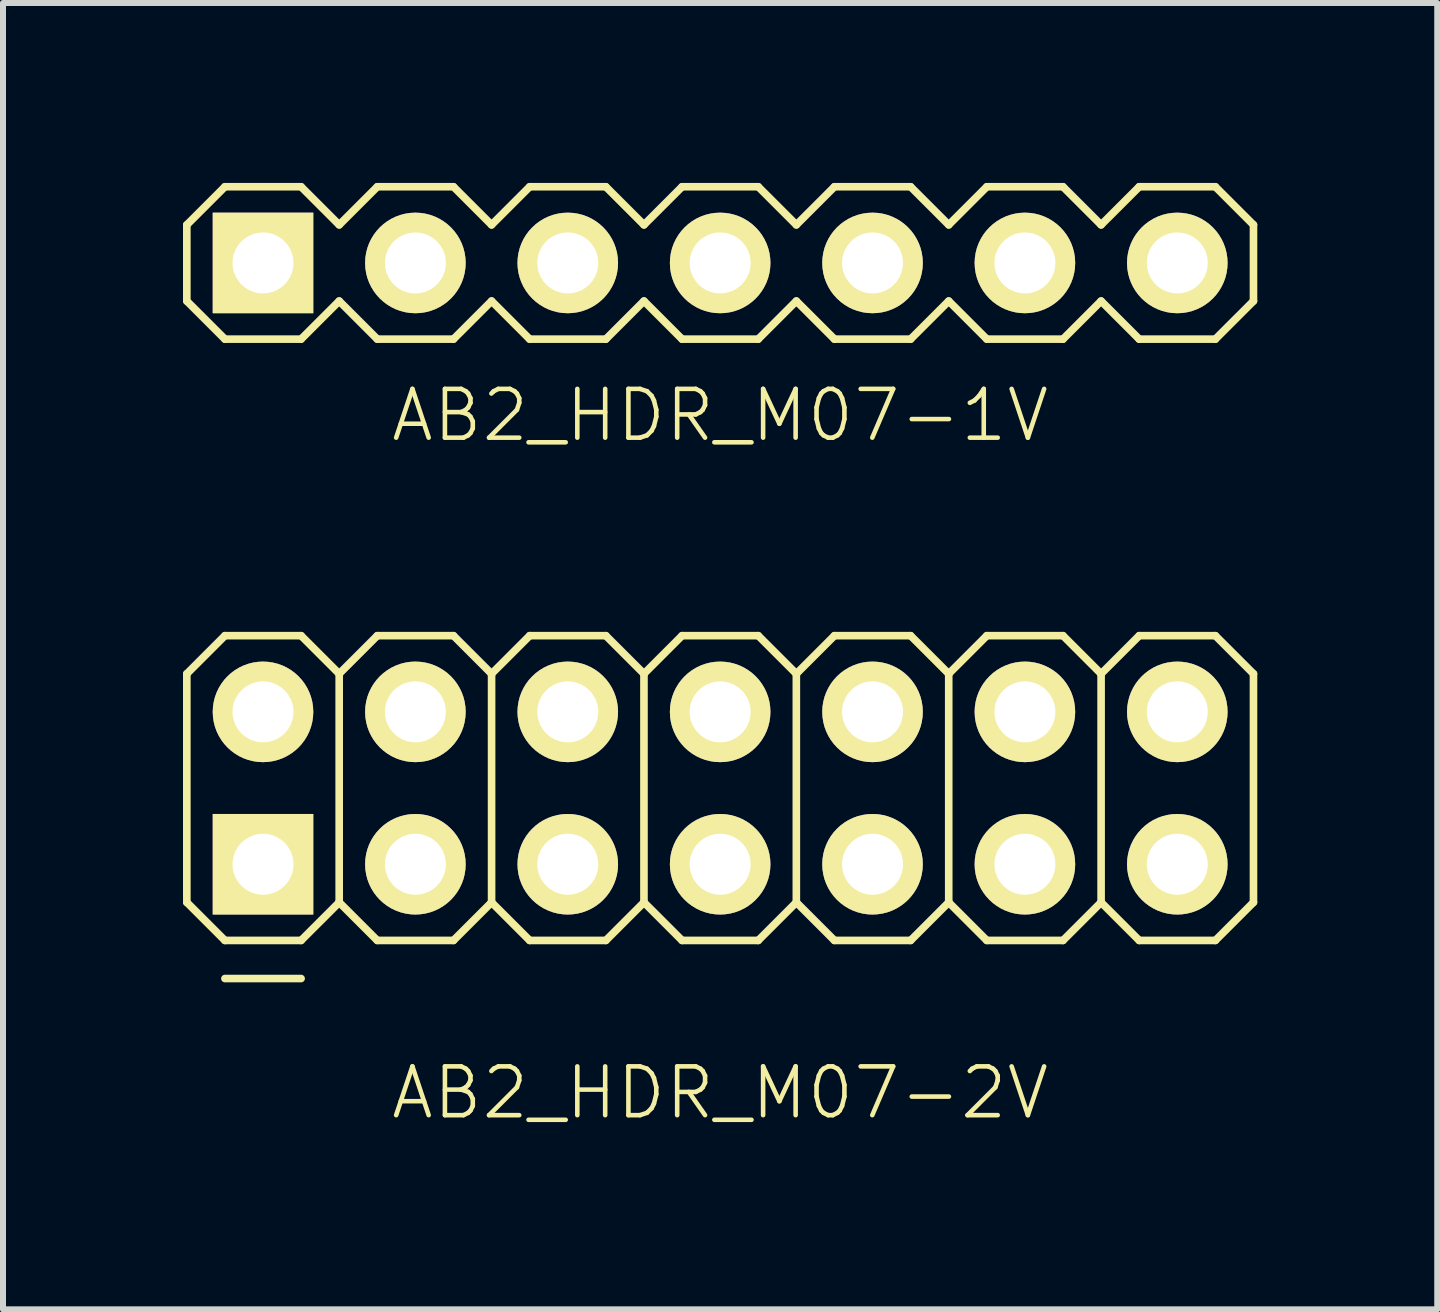
<source format=kicad_pcb>
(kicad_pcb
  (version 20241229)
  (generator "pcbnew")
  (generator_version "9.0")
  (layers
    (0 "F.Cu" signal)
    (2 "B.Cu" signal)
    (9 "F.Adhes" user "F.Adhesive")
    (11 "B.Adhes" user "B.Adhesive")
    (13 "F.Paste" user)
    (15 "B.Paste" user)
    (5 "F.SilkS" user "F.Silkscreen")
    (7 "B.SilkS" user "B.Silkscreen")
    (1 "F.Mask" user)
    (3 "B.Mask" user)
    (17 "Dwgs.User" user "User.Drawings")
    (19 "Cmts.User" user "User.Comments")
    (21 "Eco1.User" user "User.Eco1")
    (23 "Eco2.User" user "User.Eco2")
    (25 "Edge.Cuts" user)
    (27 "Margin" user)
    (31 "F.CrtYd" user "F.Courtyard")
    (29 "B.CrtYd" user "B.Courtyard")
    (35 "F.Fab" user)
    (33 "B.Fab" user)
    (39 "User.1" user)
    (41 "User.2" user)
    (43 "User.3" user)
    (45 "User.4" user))
  (footprint "AB2_HDR_M07-2V"
    (layer "F.Cu")
    (at 8.954 10.086)
    (property "Reference" "AB2_HDR_M07-2V" (at 0 5.08 0) (layer "F.SilkS") (effects (font (size 0.813 0.813) (thickness 0.076))))
    (attr through_hole)
    (fp_line (start -8.89 -1.905) (end -8.255 -2.54) (stroke (width 0.127) (type solid)) (layer "F.SilkS"))
    (fp_line (start -8.89 1.905) (end -8.89 -1.905) (stroke (width 0.127) (type solid)) (layer "F.SilkS"))
    (fp_line (start -8.255 -2.54) (end -6.985 -2.54) (stroke (width 0.127) (type solid)) (layer "F.SilkS"))
    (fp_line (start -8.255 2.54) (end -8.89 1.905) (stroke (width 0.127) (type solid)) (layer "F.SilkS"))
    (fp_line (start -8.255 3.175) (end -6.985 3.175) (stroke (width 0.127) (type solid)) (layer "F.SilkS"))
    (fp_line (start -6.985 -2.54) (end -6.35 -1.905) (stroke (width 0.127) (type solid)) (layer "F.SilkS"))
    (fp_line (start -6.985 2.54) (end -8.255 2.54) (stroke (width 0.127) (type solid)) (layer "F.SilkS"))
    (fp_line (start -6.35 -1.905) (end -6.35 1.905) (stroke (width 0.127) (type solid)) (layer "F.SilkS"))
    (fp_line (start -6.35 -1.905) (end -5.715 -2.54) (stroke (width 0.127) (type solid)) (layer "F.SilkS"))
    (fp_line (start -6.35 1.905) (end -6.985 2.54) (stroke (width 0.127) (type solid)) (layer "F.SilkS"))
    (fp_line (start -5.715 -2.54) (end -4.445 -2.54) (stroke (width 0.127) (type solid)) (layer "F.SilkS"))
    (fp_line (start -5.715 2.54) (end -6.35 1.905) (stroke (width 0.127) (type solid)) (layer "F.SilkS"))
    (fp_line (start -4.445 -2.54) (end -3.81 -1.905) (stroke (width 0.127) (type solid)) (layer "F.SilkS"))
    (fp_line (start -4.445 2.54) (end -5.715 2.54) (stroke (width 0.127) (type solid)) (layer "F.SilkS"))
    (fp_line (start -3.81 -1.905) (end -3.81 1.905) (stroke (width 0.127) (type solid)) (layer "F.SilkS"))
    (fp_line (start -3.81 -1.905) (end -3.175 -2.54) (stroke (width 0.127) (type solid)) (layer "F.SilkS"))
    (fp_line (start -3.81 1.905) (end -4.445 2.54) (stroke (width 0.127) (type solid)) (layer "F.SilkS"))
    (fp_line (start -3.175 -2.54) (end -1.905 -2.54) (stroke (width 0.127) (type solid)) (layer "F.SilkS"))
    (fp_line (start -3.175 2.54) (end -3.81 1.905) (stroke (width 0.127) (type solid)) (layer "F.SilkS"))
    (fp_line (start -1.905 -2.54) (end -1.27 -1.905) (stroke (width 0.127) (type solid)) (layer "F.SilkS"))
    (fp_line (start -1.905 2.54) (end -3.175 2.54) (stroke (width 0.127) (type solid)) (layer "F.SilkS"))
    (fp_line (start -1.27 -1.905) (end -1.27 1.905) (stroke (width 0.127) (type solid)) (layer "F.SilkS"))
    (fp_line (start -1.27 -1.905) (end -0.635 -2.54) (stroke (width 0.127) (type solid)) (layer "F.SilkS"))
    (fp_line (start -1.27 1.905) (end -1.905 2.54) (stroke (width 0.127) (type solid)) (layer "F.SilkS"))
    (fp_line (start -0.635 -2.54) (end 0.635 -2.54) (stroke (width 0.127) (type solid)) (layer "F.SilkS"))
    (fp_line (start -0.635 2.54) (end -1.27 1.905) (stroke (width 0.127) (type solid)) (layer "F.SilkS"))
    (fp_line (start 0.635 -2.54) (end 1.27 -1.905) (stroke (width 0.127) (type solid)) (layer "F.SilkS"))
    (fp_line (start 0.635 2.54) (end -0.635 2.54) (stroke (width 0.127) (type solid)) (layer "F.SilkS"))
    (fp_line (start 1.27 -1.905) (end 1.27 1.905) (stroke (width 0.127) (type solid)) (layer "F.SilkS"))
    (fp_line (start 1.27 -1.905) (end 1.905 -2.54) (stroke (width 0.127) (type solid)) (layer "F.SilkS"))
    (fp_line (start 1.27 1.905) (end 0.635 2.54) (stroke (width 0.127) (type solid)) (layer "F.SilkS"))
    (fp_line (start 1.905 -2.54) (end 3.175 -2.54) (stroke (width 0.127) (type solid)) (layer "F.SilkS"))
    (fp_line (start 1.905 2.54) (end 1.27 1.905) (stroke (width 0.127) (type solid)) (layer "F.SilkS"))
    (fp_line (start 3.175 -2.54) (end 3.81 -1.905) (stroke (width 0.127) (type solid)) (layer "F.SilkS"))
    (fp_line (start 3.175 2.54) (end 1.905 2.54) (stroke (width 0.127) (type solid)) (layer "F.SilkS"))
    (fp_line (start 3.81 -1.905) (end 3.81 1.905) (stroke (width 0.127) (type solid)) (layer "F.SilkS"))
    (fp_line (start 3.81 -1.905) (end 4.445 -2.54) (stroke (width 0.127) (type solid)) (layer "F.SilkS"))
    (fp_line (start 3.81 1.905) (end 3.175 2.54) (stroke (width 0.127) (type solid)) (layer "F.SilkS"))
    (fp_line (start 4.445 -2.54) (end 5.715 -2.54) (stroke (width 0.127) (type solid)) (layer "F.SilkS"))
    (fp_line (start 4.445 2.54) (end 3.81 1.905) (stroke (width 0.127) (type solid)) (layer "F.SilkS"))
    (fp_line (start 5.715 -2.54) (end 6.35 -1.905) (stroke (width 0.127) (type solid)) (layer "F.SilkS"))
    (fp_line (start 5.715 2.54) (end 4.445 2.54) (stroke (width 0.127) (type solid)) (layer "F.SilkS"))
    (fp_line (start 6.35 -1.905) (end 6.35 1.905) (stroke (width 0.127) (type solid)) (layer "F.SilkS"))
    (fp_line (start 6.35 -1.905) (end 6.985 -2.54) (stroke (width 0.127) (type solid)) (layer "F.SilkS"))
    (fp_line (start 6.35 1.905) (end 5.715 2.54) (stroke (width 0.127) (type solid)) (layer "F.SilkS"))
    (fp_line (start 6.985 -2.54) (end 8.255 -2.54) (stroke (width 0.127) (type solid)) (layer "F.SilkS"))
    (fp_line (start 6.985 2.54) (end 6.35 1.905) (stroke (width 0.127) (type solid)) (layer "F.SilkS"))
    (fp_line (start 8.255 -2.54) (end 8.89 -1.905) (stroke (width 0.127) (type solid)) (layer "F.SilkS"))
    (fp_line (start 8.255 2.54) (end 6.985 2.54) (stroke (width 0.127) (type solid)) (layer "F.SilkS"))
    (fp_line (start 8.89 -1.905) (end 8.89 1.905) (stroke (width 0.127) (type solid)) (layer "F.SilkS"))
    (fp_line (start 8.89 1.905) (end 8.255 2.54) (stroke (width 0.127) (type solid)) (layer "F.SilkS"))
    (pad "1" thru_hole rect (at -7.62 1.27) (size 1.676 1.676) (drill 1.016) (layers "*.Cu" "*.Mask" "F.SilkS"))
    (pad "2" thru_hole circle (at -7.62 -1.27) (size 1.676 1.676) (drill 1.016) (layers "*.Cu" "*.Mask" "F.SilkS"))
    (pad "3" thru_hole circle (at -5.08 1.27) (size 1.676 1.676) (drill 1.016) (layers "*.Cu" "*.Mask" "F.SilkS"))
    (pad "4" thru_hole circle (at -5.08 -1.27) (size 1.676 1.676) (drill 1.016) (layers "*.Cu" "*.Mask" "F.SilkS"))
    (pad "5" thru_hole circle (at -2.54 1.27) (size 1.676 1.676) (drill 1.016) (layers "*.Cu" "*.Mask" "F.SilkS"))
    (pad "6" thru_hole circle (at -2.54 -1.27) (size 1.676 1.676) (drill 1.016) (layers "*.Cu" "*.Mask" "F.SilkS"))
    (pad "7" thru_hole circle (at 0 1.27) (size 1.676 1.676) (drill 1.016) (layers "*.Cu" "*.Mask" "F.SilkS"))
    (pad "8" thru_hole circle (at 0 -1.27) (size 1.676 1.676) (drill 1.016) (layers "*.Cu" "*.Mask" "F.SilkS"))
    (pad "9" thru_hole circle (at 2.54 1.27) (size 1.676 1.676) (drill 1.016) (layers "*.Cu" "*.Mask" "F.SilkS"))
    (pad "10" thru_hole circle (at 2.54 -1.27) (size 1.676 1.676) (drill 1.016) (layers "*.Cu" "*.Mask" "F.SilkS"))
    (pad "11" thru_hole circle (at 5.08 1.27) (size 1.676 1.676) (drill 1.016) (layers "*.Cu" "*.Mask" "F.SilkS"))
    (pad "12" thru_hole circle (at 5.08 -1.27) (size 1.676 1.676) (drill 1.016) (layers "*.Cu" "*.Mask" "F.SilkS"))
    (pad "13" thru_hole circle (at 7.62 1.27) (size 1.676 1.676) (drill 1.016) (layers "*.Cu" "*.Mask" "F.SilkS"))
    (pad "14" thru_hole circle (at 7.62 -1.27) (size 1.676 1.676) (drill 1.016) (layers "*.Cu" "*.Mask" "F.SilkS")))
  (footprint "AB2_HDR_M07-1V"
    (layer "F.Cu")
    (at 8.954 1.333)
    (property "Reference" "AB2_HDR_M07-1V" (at 0 2.54 0) (layer "F.SilkS") (effects (font (size 0.813 0.813) (thickness 0.076))))
    (attr through_hole)
    (fp_line (start -8.89 -0.635) (end -8.255 -1.27) (stroke (width 0.127) (type solid)) (layer "F.SilkS"))
    (fp_line (start -8.89 0.635) (end -8.89 -0.635) (stroke (width 0.127) (type solid)) (layer "F.SilkS"))
    (fp_line (start -8.255 -1.27) (end -6.985 -1.27) (stroke (width 0.127) (type solid)) (layer "F.SilkS"))
    (fp_line (start -8.255 1.27) (end -8.89 0.635) (stroke (width 0.127) (type solid)) (layer "F.SilkS"))
    (fp_line (start -6.985 -1.27) (end -6.35 -0.635) (stroke (width 0.127) (type solid)) (layer "F.SilkS"))
    (fp_line (start -6.985 1.27) (end -8.255 1.27) (stroke (width 0.127) (type solid)) (layer "F.SilkS"))
    (fp_line (start -6.35 -0.635) (end -5.715 -1.27) (stroke (width 0.127) (type solid)) (layer "F.SilkS"))
    (fp_line (start -6.35 0.635) (end -6.985 1.27) (stroke (width 0.127) (type solid)) (layer "F.SilkS"))
    (fp_line (start -5.715 -1.27) (end -4.445 -1.27) (stroke (width 0.127) (type solid)) (layer "F.SilkS"))
    (fp_line (start -5.715 1.27) (end -6.35 0.635) (stroke (width 0.127) (type solid)) (layer "F.SilkS"))
    (fp_line (start -4.445 -1.27) (end -3.81 -0.635) (stroke (width 0.127) (type solid)) (layer "F.SilkS"))
    (fp_line (start -4.445 1.27) (end -5.715 1.27) (stroke (width 0.127) (type solid)) (layer "F.SilkS"))
    (fp_line (start -3.81 -0.635) (end -3.175 -1.27) (stroke (width 0.127) (type solid)) (layer "F.SilkS"))
    (fp_line (start -3.81 0.635) (end -4.445 1.27) (stroke (width 0.127) (type solid)) (layer "F.SilkS"))
    (fp_line (start -3.175 -1.27) (end -1.905 -1.27) (stroke (width 0.127) (type solid)) (layer "F.SilkS"))
    (fp_line (start -3.175 1.27) (end -3.81 0.635) (stroke (width 0.127) (type solid)) (layer "F.SilkS"))
    (fp_line (start -1.905 -1.27) (end -1.27 -0.635) (stroke (width 0.127) (type solid)) (layer "F.SilkS"))
    (fp_line (start -1.905 1.27) (end -3.175 1.27) (stroke (width 0.127) (type solid)) (layer "F.SilkS"))
    (fp_line (start -1.27 -0.635) (end -0.635 -1.27) (stroke (width 0.127) (type solid)) (layer "F.SilkS"))
    (fp_line (start -1.27 0.635) (end -1.905 1.27) (stroke (width 0.127) (type solid)) (layer "F.SilkS"))
    (fp_line (start -0.635 -1.27) (end 0.635 -1.27) (stroke (width 0.127) (type solid)) (layer "F.SilkS"))
    (fp_line (start -0.635 1.27) (end -1.27 0.635) (stroke (width 0.127) (type solid)) (layer "F.SilkS"))
    (fp_line (start 0.635 -1.27) (end 1.27 -0.635) (stroke (width 0.127) (type solid)) (layer "F.SilkS"))
    (fp_line (start 0.635 1.27) (end -0.635 1.27) (stroke (width 0.127) (type solid)) (layer "F.SilkS"))
    (fp_line (start 1.27 -0.635) (end 1.905 -1.27) (stroke (width 0.127) (type solid)) (layer "F.SilkS"))
    (fp_line (start 1.27 0.635) (end 0.635 1.27) (stroke (width 0.127) (type solid)) (layer "F.SilkS"))
    (fp_line (start 1.905 -1.27) (end 3.175 -1.27) (stroke (width 0.127) (type solid)) (layer "F.SilkS"))
    (fp_line (start 1.905 1.27) (end 1.27 0.635) (stroke (width 0.127) (type solid)) (layer "F.SilkS"))
    (fp_line (start 3.175 -1.27) (end 3.81 -0.635) (stroke (width 0.127) (type solid)) (layer "F.SilkS"))
    (fp_line (start 3.175 1.27) (end 1.905 1.27) (stroke (width 0.127) (type solid)) (layer "F.SilkS"))
    (fp_line (start 3.81 -0.635) (end 4.445 -1.27) (stroke (width 0.127) (type solid)) (layer "F.SilkS"))
    (fp_line (start 3.81 0.635) (end 3.175 1.27) (stroke (width 0.127) (type solid)) (layer "F.SilkS"))
    (fp_line (start 4.445 -1.27) (end 5.715 -1.27) (stroke (width 0.127) (type solid)) (layer "F.SilkS"))
    (fp_line (start 4.445 1.27) (end 3.81 0.635) (stroke (width 0.127) (type solid)) (layer "F.SilkS"))
    (fp_line (start 5.715 -1.27) (end 6.35 -0.635) (stroke (width 0.127) (type solid)) (layer "F.SilkS"))
    (fp_line (start 5.715 1.27) (end 4.445 1.27) (stroke (width 0.127) (type solid)) (layer "F.SilkS"))
    (fp_line (start 6.35 -0.635) (end 6.985 -1.27) (stroke (width 0.127) (type solid)) (layer "F.SilkS"))
    (fp_line (start 6.35 0.635) (end 5.715 1.27) (stroke (width 0.127) (type solid)) (layer "F.SilkS"))
    (fp_line (start 6.985 -1.27) (end 8.255 -1.27) (stroke (width 0.127) (type solid)) (layer "F.SilkS"))
    (fp_line (start 6.985 1.27) (end 6.35 0.635) (stroke (width 0.127) (type solid)) (layer "F.SilkS"))
    (fp_line (start 8.255 -1.27) (end 8.89 -0.635) (stroke (width 0.127) (type solid)) (layer "F.SilkS"))
    (fp_line (start 8.255 1.27) (end 6.985 1.27) (stroke (width 0.127) (type solid)) (layer "F.SilkS"))
    (fp_line (start 8.89 -0.635) (end 8.89 0.635) (stroke (width 0.127) (type solid)) (layer "F.SilkS"))
    (fp_line (start 8.89 0.635) (end 8.255 1.27) (stroke (width 0.127) (type solid)) (layer "F.SilkS"))
    (pad "1" thru_hole rect (at -7.62 0) (size 1.676 1.676) (drill 1.016) (layers "*.Cu" "*.Mask" "F.SilkS"))
    (pad "2" thru_hole circle (at -5.08 0) (size 1.676 1.676) (drill 1.016) (layers "*.Cu" "*.Mask" "F.SilkS"))
    (pad "3" thru_hole circle (at -2.54 0) (size 1.676 1.676) (drill 1.016) (layers "*.Cu" "*.Mask" "F.SilkS"))
    (pad "4" thru_hole circle (at 0 0) (size 1.676 1.676) (drill 1.016) (layers "*.Cu" "*.Mask" "F.SilkS"))
    (pad "5" thru_hole circle (at 2.54 0) (size 1.676 1.676) (drill 1.016) (layers "*.Cu" "*.Mask" "F.SilkS"))
    (pad "6" thru_hole circle (at 5.08 0) (size 1.676 1.676) (drill 1.016) (layers "*.Cu" "*.Mask" "F.SilkS"))
    (pad "7" thru_hole circle (at 7.62 0) (size 1.676 1.676) (drill 1.016) (layers "*.Cu" "*.Mask" "F.SilkS")))
  (gr_rect
    (start -3 -3)
    (end 20.907 18.775)
    (stroke (width 0.1) (type default))
    (fill no)
    (layer "Edge.Cuts")))
</source>
